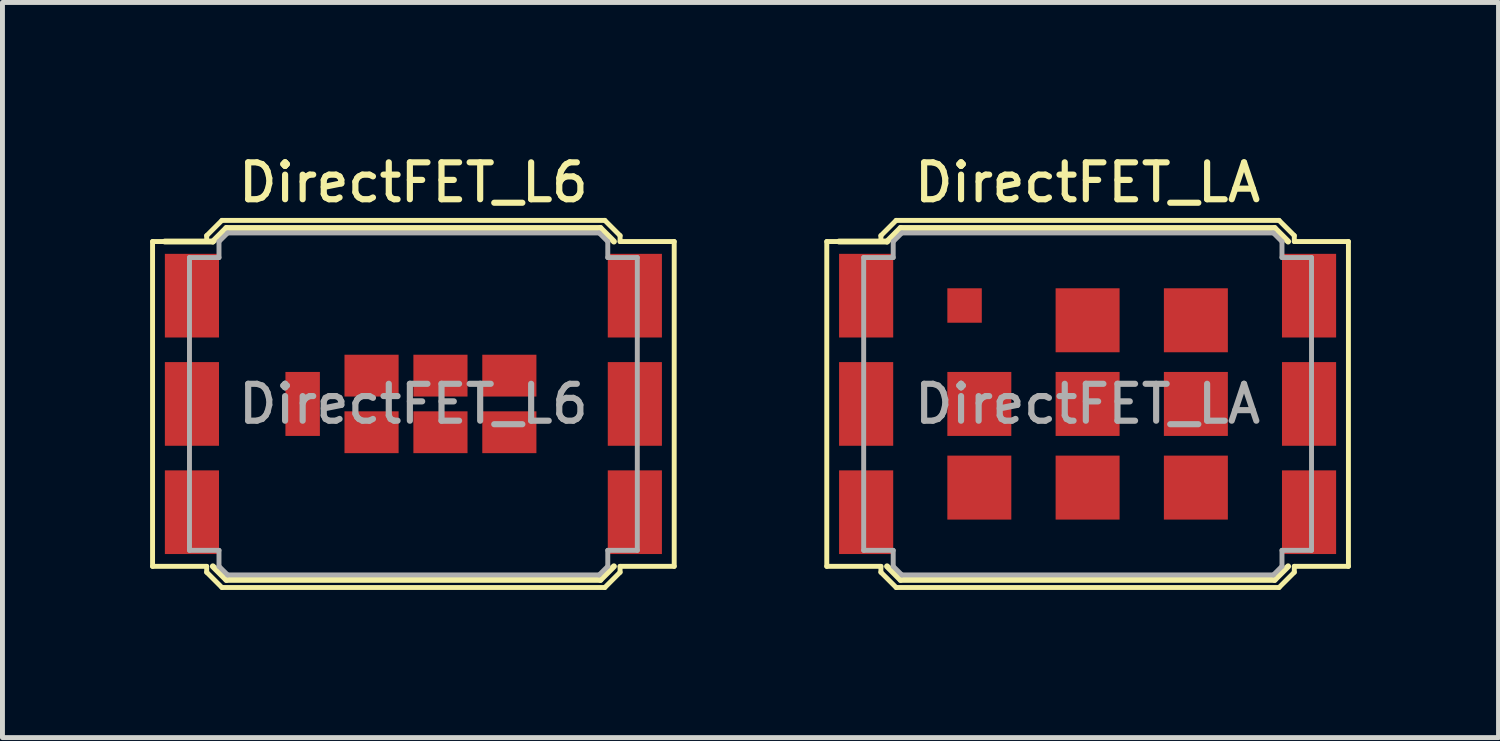
<source format=kicad_pcb>
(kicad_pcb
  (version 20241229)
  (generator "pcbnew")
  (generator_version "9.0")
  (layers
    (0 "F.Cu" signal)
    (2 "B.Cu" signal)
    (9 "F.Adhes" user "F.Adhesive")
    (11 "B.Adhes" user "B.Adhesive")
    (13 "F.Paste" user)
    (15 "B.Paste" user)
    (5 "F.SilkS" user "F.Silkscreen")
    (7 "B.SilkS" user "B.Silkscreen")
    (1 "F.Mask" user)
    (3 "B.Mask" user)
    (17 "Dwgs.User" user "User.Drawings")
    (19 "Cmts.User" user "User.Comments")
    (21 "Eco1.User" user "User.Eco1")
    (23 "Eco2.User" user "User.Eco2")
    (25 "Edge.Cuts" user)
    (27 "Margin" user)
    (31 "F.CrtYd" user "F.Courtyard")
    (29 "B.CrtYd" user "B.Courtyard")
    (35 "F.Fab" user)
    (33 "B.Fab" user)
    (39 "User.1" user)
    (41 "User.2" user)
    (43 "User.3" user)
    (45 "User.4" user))
  (footprint "DirectFET_LA"
    (layer "F.Cu")
    (at 19.05 5.158)
    (property "Reference" "DirectFET_LA" (at 0 -4.5 0) (layer "F.SilkS") (effects (font (size 0.75 0.75) (thickness 0.125))))
    (attr smd)
    (fp_line (start -5.3 -3.3) (end -5.3 3.3) (stroke (width 0.1) (type solid)) (layer "F.SilkS"))
    (fp_line (start -5.05 -3.3) (end -4.075 -3.3) (stroke (width 0.12) (type solid)) (layer "F.SilkS"))
    (fp_line (start -4.2 -3.42) (end -3.89 -3.73) (stroke (width 0.1) (type solid)) (layer "F.SilkS"))
    (fp_line (start -4.2 -3.3) (end -5.3 -3.3) (stroke (width 0.1) (type solid)) (layer "F.SilkS"))
    (fp_line (start -4.2 -3.3) (end -4.2 -3.42) (stroke (width 0.1) (type solid)) (layer "F.SilkS"))
    (fp_line (start -4.2 3.3) (end -5.3 3.3) (stroke (width 0.1) (type solid)) (layer "F.SilkS"))
    (fp_line (start -4.2 3.3) (end -4.2 3.42) (stroke (width 0.1) (type solid)) (layer "F.SilkS"))
    (fp_line (start -4.2 3.42) (end -3.89 3.73) (stroke (width 0.1) (type solid)) (layer "F.SilkS"))
    (fp_line (start -4.075 -3.3) (end -3.8 -3.575) (stroke (width 0.12) (type solid)) (layer "F.SilkS"))
    (fp_line (start -4.075 3.3) (end -3.8 3.575) (stroke (width 0.12) (type solid)) (layer "F.SilkS"))
    (fp_line (start 3.8 -3.575) (end -3.8 -3.575) (stroke (width 0.12) (type solid)) (layer "F.SilkS"))
    (fp_line (start 3.8 3.575) (end -3.8 3.575) (stroke (width 0.12) (type solid)) (layer "F.SilkS"))
    (fp_line (start 3.89 -3.73) (end -3.89 -3.73) (stroke (width 0.1) (type solid)) (layer "F.SilkS"))
    (fp_line (start 3.89 3.73) (end -3.89 3.73) (stroke (width 0.1) (type solid)) (layer "F.SilkS"))
    (fp_line (start 4.075 -3.3) (end 3.8 -3.575) (stroke (width 0.12) (type solid)) (layer "F.SilkS"))
    (fp_line (start 4.075 3.3) (end 3.8 3.575) (stroke (width 0.12) (type solid)) (layer "F.SilkS"))
    (fp_line (start 4.2 -3.42) (end 3.89 -3.73) (stroke (width 0.1) (type solid)) (layer "F.SilkS"))
    (fp_line (start 4.2 -3.3) (end 4.2 -3.42) (stroke (width 0.1) (type solid)) (layer "F.SilkS"))
    (fp_line (start 4.2 -3.3) (end 5.3 -3.3) (stroke (width 0.1) (type solid)) (layer "F.SilkS"))
    (fp_line (start 4.2 3.3) (end 4.2 3.42) (stroke (width 0.1) (type solid)) (layer "F.SilkS"))
    (fp_line (start 4.2 3.3) (end 5.3 3.3) (stroke (width 0.1) (type solid)) (layer "F.SilkS"))
    (fp_line (start 4.2 3.42) (end 3.89 3.73) (stroke (width 0.1) (type solid)) (layer "F.SilkS"))
    (fp_line (start 5.3 -3.3) (end 5.3 3.3) (stroke (width 0.1) (type solid)) (layer "F.SilkS"))
    (fp_line (start -4.55 -2.975) (end -4.55 2.975) (stroke (width 0.1) (type solid)) (layer "F.Fab"))
    (fp_line (start -4.55 -2.975) (end -3.95 -2.975) (stroke (width 0.1) (type solid)) (layer "F.Fab"))
    (fp_line (start -4.55 2.975) (end -3.95 2.975) (stroke (width 0.1) (type solid)) (layer "F.Fab"))
    (fp_line (start -3.95 -3.3) (end -3.775 -3.475) (stroke (width 0.1) (type solid)) (layer "F.Fab"))
    (fp_line (start -3.95 -2.975) (end -3.95 -3.3) (stroke (width 0.1) (type solid)) (layer "F.Fab"))
    (fp_line (start -3.95 2.975) (end -3.95 3.3) (stroke (width 0.1) (type solid)) (layer "F.Fab"))
    (fp_line (start -3.95 3.3) (end -3.775 3.475) (stroke (width 0.1) (type solid)) (layer "F.Fab"))
    (fp_line (start 3.775 -3.475) (end -3.775 -3.475) (stroke (width 0.1) (type solid)) (layer "F.Fab"))
    (fp_line (start 3.775 3.475) (end -3.775 3.475) (stroke (width 0.1) (type solid)) (layer "F.Fab"))
    (fp_line (start 3.95 -3.3) (end 3.775 -3.475) (stroke (width 0.1) (type solid)) (layer "F.Fab"))
    (fp_line (start 3.95 -2.975) (end 3.95 -3.3) (stroke (width 0.1) (type solid)) (layer "F.Fab"))
    (fp_line (start 3.95 2.975) (end 3.95 3.3) (stroke (width 0.1) (type solid)) (layer "F.Fab"))
    (fp_line (start 3.95 3.3) (end 3.775 3.475) (stroke (width 0.1) (type solid)) (layer "F.Fab"))
    (fp_line (start 4.55 -2.975) (end 3.95 -2.975) (stroke (width 0.1) (type solid)) (layer "F.Fab"))
    (fp_line (start 4.55 -2.975) (end 4.55 2.975) (stroke (width 0.1) (type solid)) (layer "F.Fab"))
    (fp_line (start 4.55 2.975) (end 3.95 2.975) (stroke (width 0.1) (type solid)) (layer "F.Fab"))
    (fp_text user "${REFERENCE}" (at 0 0 0) (layer "F.Fab") (effects (font (size 0.75 0.75) (thickness 0.125))))
    (pad "1" smd rect (at -4.5 -2.2) (size 1.1 1.7) (layers "F.Cu" "F.Mask" "F.Paste"))
    (pad "1" smd rect (at -4.5 0) (size 1.1 1.7) (layers "F.Cu" "F.Mask" "F.Paste"))
    (pad "1" smd rect (at -4.5 2.2) (size 1.1 1.7) (layers "F.Cu" "F.Mask" "F.Paste"))
    (pad "1" smd rect (at 4.5 -2.2) (size 1.1 1.7) (layers "F.Cu" "F.Mask" "F.Paste"))
    (pad "1" smd rect (at 4.5 0) (size 1.1 1.7) (layers "F.Cu" "F.Mask" "F.Paste"))
    (pad "1" smd rect (at 4.5 2.2) (size 1.1 1.7) (layers "F.Cu" "F.Mask" "F.Paste"))
    (pad "2" smd rect (at -2.5 -2) (size 0.7 0.7) (layers "F.Cu" "F.Mask" "F.Paste"))
    (pad "3" smd rect (at -2.2 0) (size 1.3 1.3) (layers "F.Cu" "F.Mask" "F.Paste"))
    (pad "3" smd rect (at -2.2 1.7) (size 1.3 1.3) (layers "F.Cu" "F.Mask" "F.Paste"))
    (pad "3" smd rect (at 0 -1.7) (size 1.3 1.3) (layers "F.Cu" "F.Mask" "F.Paste"))
    (pad "3" smd rect (at 0 0) (size 1.3 1.3) (layers "F.Cu" "F.Mask" "F.Paste"))
    (pad "3" smd rect (at 0 1.7) (size 1.3 1.3) (layers "F.Cu" "F.Mask" "F.Paste"))
    (pad "3" smd rect (at 2.2 -1.7) (size 1.3 1.3) (layers "F.Cu" "F.Mask" "F.Paste"))
    (pad "3" smd rect (at 2.2 0) (size 1.3 1.3) (layers "F.Cu" "F.Mask" "F.Paste"))
    (pad "3" smd rect (at 2.2 1.7) (size 1.3 1.3) (layers "F.Cu" "F.Mask" "F.Paste")))
  (footprint "DirectFET_L6"
    (layer "F.Cu")
    (at 5.35 5.158)
    (property "Reference" "DirectFET_L6" (at 0 -4.5 0) (layer "F.SilkS") (effects (font (size 0.75 0.75) (thickness 0.125))))
    (attr smd)
    (fp_line (start -5.3 -3.3) (end -5.3 3.3) (stroke (width 0.1) (type solid)) (layer "F.SilkS"))
    (fp_line (start -5.05 -3.3) (end -4.075 -3.3) (stroke (width 0.12) (type solid)) (layer "F.SilkS"))
    (fp_line (start -4.2 -3.42) (end -3.89 -3.73) (stroke (width 0.1) (type solid)) (layer "F.SilkS"))
    (fp_line (start -4.2 -3.3) (end -5.3 -3.3) (stroke (width 0.1) (type solid)) (layer "F.SilkS"))
    (fp_line (start -4.2 -3.3) (end -4.2 -3.42) (stroke (width 0.1) (type solid)) (layer "F.SilkS"))
    (fp_line (start -4.2 3.3) (end -5.3 3.3) (stroke (width 0.1) (type solid)) (layer "F.SilkS"))
    (fp_line (start -4.2 3.3) (end -4.2 3.42) (stroke (width 0.1) (type solid)) (layer "F.SilkS"))
    (fp_line (start -4.2 3.42) (end -3.89 3.73) (stroke (width 0.1) (type solid)) (layer "F.SilkS"))
    (fp_line (start -4.075 -3.3) (end -3.8 -3.575) (stroke (width 0.12) (type solid)) (layer "F.SilkS"))
    (fp_line (start -4.075 3.3) (end -3.8 3.575) (stroke (width 0.12) (type solid)) (layer "F.SilkS"))
    (fp_line (start 3.8 -3.575) (end -3.8 -3.575) (stroke (width 0.12) (type solid)) (layer "F.SilkS"))
    (fp_line (start 3.8 3.575) (end -3.8 3.575) (stroke (width 0.12) (type solid)) (layer "F.SilkS"))
    (fp_line (start 3.89 -3.73) (end -3.89 -3.73) (stroke (width 0.1) (type solid)) (layer "F.SilkS"))
    (fp_line (start 3.89 3.73) (end -3.89 3.73) (stroke (width 0.1) (type solid)) (layer "F.SilkS"))
    (fp_line (start 4.075 -3.3) (end 3.8 -3.575) (stroke (width 0.12) (type solid)) (layer "F.SilkS"))
    (fp_line (start 4.075 3.3) (end 3.8 3.575) (stroke (width 0.12) (type solid)) (layer "F.SilkS"))
    (fp_line (start 4.2 -3.42) (end 3.89 -3.73) (stroke (width 0.1) (type solid)) (layer "F.SilkS"))
    (fp_line (start 4.2 -3.3) (end 4.2 -3.42) (stroke (width 0.1) (type solid)) (layer "F.SilkS"))
    (fp_line (start 4.2 -3.3) (end 5.3 -3.3) (stroke (width 0.1) (type solid)) (layer "F.SilkS"))
    (fp_line (start 4.2 3.3) (end 4.2 3.42) (stroke (width 0.1) (type solid)) (layer "F.SilkS"))
    (fp_line (start 4.2 3.3) (end 5.3 3.3) (stroke (width 0.1) (type solid)) (layer "F.SilkS"))
    (fp_line (start 4.2 3.42) (end 3.89 3.73) (stroke (width 0.1) (type solid)) (layer "F.SilkS"))
    (fp_line (start 5.3 -3.3) (end 5.3 3.3) (stroke (width 0.1) (type solid)) (layer "F.SilkS"))
    (fp_line (start -4.55 -2.975) (end -4.55 2.975) (stroke (width 0.1) (type solid)) (layer "F.Fab"))
    (fp_line (start -4.55 -2.975) (end -3.95 -2.975) (stroke (width 0.1) (type solid)) (layer "F.Fab"))
    (fp_line (start -4.55 2.975) (end -3.95 2.975) (stroke (width 0.1) (type solid)) (layer "F.Fab"))
    (fp_line (start -3.95 -3.3) (end -3.775 -3.475) (stroke (width 0.1) (type solid)) (layer "F.Fab"))
    (fp_line (start -3.95 -2.975) (end -3.95 -3.3) (stroke (width 0.1) (type solid)) (layer "F.Fab"))
    (fp_line (start -3.95 2.975) (end -3.95 3.3) (stroke (width 0.1) (type solid)) (layer "F.Fab"))
    (fp_line (start -3.95 3.3) (end -3.775 3.475) (stroke (width 0.1) (type solid)) (layer "F.Fab"))
    (fp_line (start 3.775 -3.475) (end -3.775 -3.475) (stroke (width 0.1) (type solid)) (layer "F.Fab"))
    (fp_line (start 3.775 3.475) (end -3.775 3.475) (stroke (width 0.1) (type solid)) (layer "F.Fab"))
    (fp_line (start 3.95 -3.3) (end 3.775 -3.475) (stroke (width 0.1) (type solid)) (layer "F.Fab"))
    (fp_line (start 3.95 -2.975) (end 3.95 -3.3) (stroke (width 0.1) (type solid)) (layer "F.Fab"))
    (fp_line (start 3.95 2.975) (end 3.95 3.3) (stroke (width 0.1) (type solid)) (layer "F.Fab"))
    (fp_line (start 3.95 3.3) (end 3.775 3.475) (stroke (width 0.1) (type solid)) (layer "F.Fab"))
    (fp_line (start 4.55 -2.975) (end 3.95 -2.975) (stroke (width 0.1) (type solid)) (layer "F.Fab"))
    (fp_line (start 4.55 -2.975) (end 4.55 2.975) (stroke (width 0.1) (type solid)) (layer "F.Fab"))
    (fp_line (start 4.55 2.975) (end 3.95 2.975) (stroke (width 0.1) (type solid)) (layer "F.Fab"))
    (fp_text user "${REFERENCE}" (at 0 0 0) (layer "F.Fab") (effects (font (size 0.75 0.75) (thickness 0.125))))
    (pad "1" smd rect (at -4.5 -2.2) (size 1.1 1.7) (layers "F.Cu" "F.Mask" "F.Paste"))
    (pad "1" smd rect (at -4.5 0) (size 1.1 1.7) (layers "F.Cu" "F.Mask" "F.Paste"))
    (pad "1" smd rect (at -4.5 2.2) (size 1.1 1.7) (layers "F.Cu" "F.Mask" "F.Paste"))
    (pad "1" smd rect (at 4.5 -2.2) (size 1.1 1.7) (layers "F.Cu" "F.Mask" "F.Paste"))
    (pad "1" smd rect (at 4.5 0) (size 1.1 1.7) (layers "F.Cu" "F.Mask" "F.Paste"))
    (pad "1" smd rect (at 4.5 2.2) (size 1.1 1.7) (layers "F.Cu" "F.Mask" "F.Paste"))
    (pad "2" smd rect (at -2.25 0) (size 0.7 1.3) (layers "F.Cu" "F.Mask" "F.Paste"))
    (pad "3" smd rect (at -0.85 -0.575) (size 1.1 0.85) (layers "F.Cu" "F.Mask" "F.Paste"))
    (pad "3" smd rect (at -0.85 0.575) (size 1.1 0.85) (layers "F.Cu" "F.Mask" "F.Paste"))
    (pad "3" smd rect (at 0.55 -0.575) (size 1.1 0.85) (layers "F.Cu" "F.Mask" "F.Paste"))
    (pad "3" smd rect (at 0.55 0.575) (size 1.1 0.85) (layers "F.Cu" "F.Mask" "F.Paste"))
    (pad "3" smd rect (at 1.95 -0.575) (size 1.1 0.85) (layers "F.Cu" "F.Mask" "F.Paste"))
    (pad "3" smd rect (at 1.95 0.575) (size 1.1 0.85) (layers "F.Cu" "F.Mask" "F.Paste")))
  (gr_rect
    (start -3 -3)
    (end 27.4 11.938)
    (stroke (width 0.1) (type default))
    (fill no)
    (layer "Edge.Cuts")))
</source>
